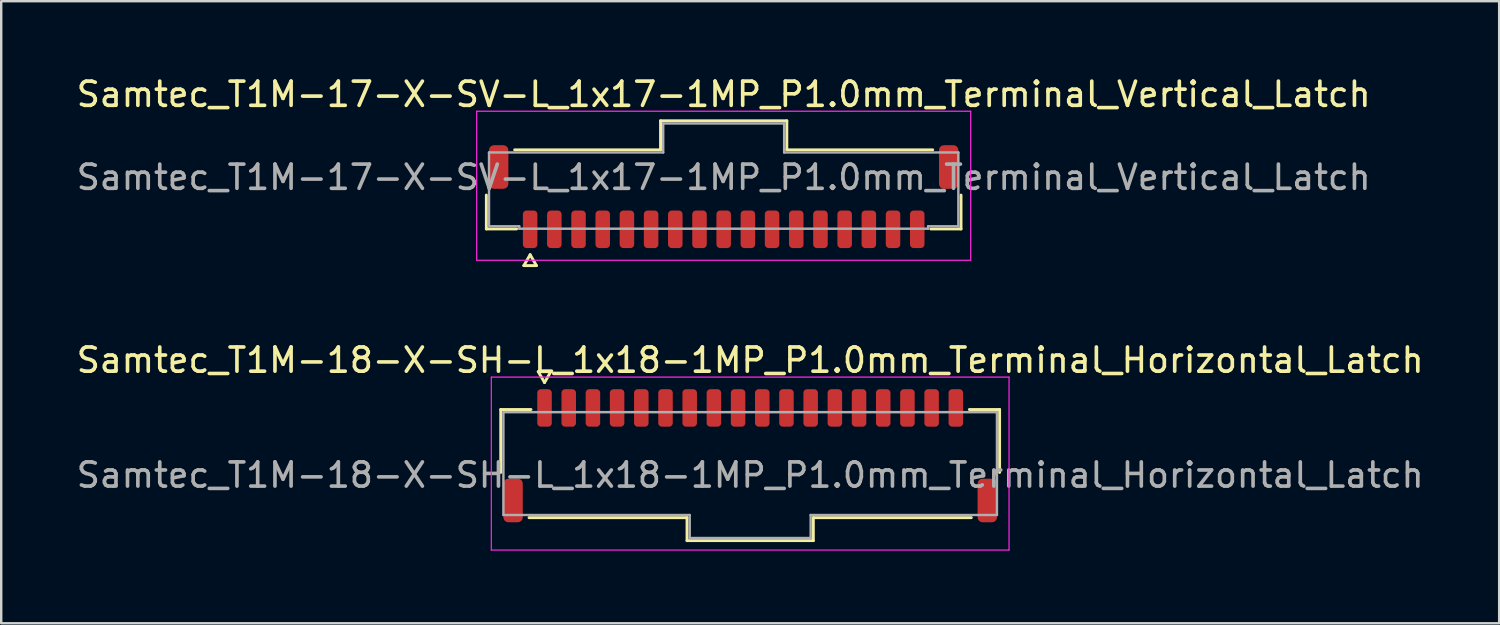
<source format=kicad_pcb>
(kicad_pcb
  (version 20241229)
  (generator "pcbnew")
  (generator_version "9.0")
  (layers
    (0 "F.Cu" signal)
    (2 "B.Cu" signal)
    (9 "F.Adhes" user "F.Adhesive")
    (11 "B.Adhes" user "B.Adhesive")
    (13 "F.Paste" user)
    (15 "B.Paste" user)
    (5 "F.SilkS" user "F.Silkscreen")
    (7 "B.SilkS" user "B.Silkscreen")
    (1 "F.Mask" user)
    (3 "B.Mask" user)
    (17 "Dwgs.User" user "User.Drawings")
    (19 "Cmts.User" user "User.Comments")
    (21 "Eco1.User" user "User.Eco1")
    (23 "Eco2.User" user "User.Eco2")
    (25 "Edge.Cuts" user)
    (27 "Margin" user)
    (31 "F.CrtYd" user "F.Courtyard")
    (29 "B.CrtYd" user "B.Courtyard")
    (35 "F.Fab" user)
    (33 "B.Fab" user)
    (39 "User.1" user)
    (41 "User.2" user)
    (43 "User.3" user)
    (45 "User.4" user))
  (footprint "Samtec_T1M-18-X-SH-L_1x18-1MP_P1.0mm_Terminal_Horizontal_Latch"
    (layer "F.Cu")
    (at 27.958 16.587)
    (property "Reference" "Samtec_T1M-18-X-SH-L_1x18-1MP_P1.0mm_Terminal_Horizontal_Latch" (at 0 -4.75 0) (layer "F.SilkS") (effects (font (size 1 1) (thickness 0.15))))
    (attr smd)
    (fp_line (start -10.31 -2.71) (end -9.06 -2.71) (stroke (width 0.12) (type solid)) (layer "F.SilkS"))
    (fp_line (start -10.31 -0.11) (end -10.31 -2.71) (stroke (width 0.12) (type solid)) (layer "F.SilkS"))
    (fp_line (start -8.76 -4.275) (end -8.5 -3.825) (stroke (width 0.12) (type solid)) (layer "F.SilkS"))
    (fp_line (start -8.5 -3.825) (end -8.24 -4.275) (stroke (width 0.12) (type solid)) (layer "F.SilkS"))
    (fp_line (start -8.24 -4.275) (end -8.76 -4.275) (stroke (width 0.12) (type solid)) (layer "F.SilkS"))
    (fp_line (start -2.61 1.76) (end -9.14 1.76) (stroke (width 0.12) (type solid)) (layer "F.SilkS"))
    (fp_line (start -2.61 2.71) (end -2.61 1.76) (stroke (width 0.12) (type solid)) (layer "F.SilkS"))
    (fp_line (start 2.61 1.76) (end 2.61 2.71) (stroke (width 0.12) (type solid)) (layer "F.SilkS"))
    (fp_line (start 2.61 2.71) (end -2.61 2.71) (stroke (width 0.12) (type solid)) (layer "F.SilkS"))
    (fp_line (start 9.06 -2.71) (end 10.31 -2.71) (stroke (width 0.12) (type solid)) (layer "F.SilkS"))
    (fp_line (start 9.14 1.76) (end 2.61 1.76) (stroke (width 0.12) (type solid)) (layer "F.SilkS"))
    (fp_line (start 10.31 -2.71) (end 10.31 -0.11) (stroke (width 0.12) (type solid)) (layer "F.SilkS"))
    (fp_line (start -10.7 -4.05) (end -10.7 3.1) (stroke (width 0.05) (type solid)) (layer "F.CrtYd"))
    (fp_line (start -10.7 3.1) (end 10.7 3.1) (stroke (width 0.05) (type solid)) (layer "F.CrtYd"))
    (fp_line (start 10.7 -4.05) (end -10.7 -4.05) (stroke (width 0.05) (type solid)) (layer "F.CrtYd"))
    (fp_line (start 10.7 3.1) (end 10.7 -4.05) (stroke (width 0.05) (type solid)) (layer "F.CrtYd"))
    (fp_line (start -10.2 -2.6) (end 10.2 -2.6) (stroke (width 0.1) (type solid)) (layer "F.Fab"))
    (fp_line (start -10.2 1.65) (end -10.2 -2.6) (stroke (width 0.1) (type solid)) (layer "F.Fab"))
    (fp_line (start -2.5 1.65) (end -10.2 1.65) (stroke (width 0.1) (type solid)) (layer "F.Fab"))
    (fp_line (start -2.5 2.6) (end -2.5 1.65) (stroke (width 0.1) (type solid)) (layer "F.Fab"))
    (fp_line (start 2.5 1.65) (end 2.5 2.6) (stroke (width 0.1) (type solid)) (layer "F.Fab"))
    (fp_line (start 2.5 2.6) (end -2.5 2.6) (stroke (width 0.1) (type solid)) (layer "F.Fab"))
    (fp_line (start 10.2 -2.6) (end 10.2 1.65) (stroke (width 0.1) (type solid)) (layer "F.Fab"))
    (fp_line (start 10.2 1.65) (end 2.5 1.65) (stroke (width 0.1) (type solid)) (layer "F.Fab"))
    (fp_text user "${REFERENCE}" (at 0 0 0) (layer "F.Fab") (effects (font (size 1 1) (thickness 0.15))))
    (pad "1" smd roundrect (at -8.5 -2.775) (size 0.6 1.55) (layers "F.Cu" "F.Mask" "F.Paste") (roundrect_rratio 0.25))
    (pad "2" smd roundrect (at -7.5 -2.775) (size 0.6 1.55) (layers "F.Cu" "F.Mask" "F.Paste") (roundrect_rratio 0.25))
    (pad "3" smd roundrect (at -6.5 -2.775) (size 0.6 1.55) (layers "F.Cu" "F.Mask" "F.Paste") (roundrect_rratio 0.25))
    (pad "4" smd roundrect (at -5.5 -2.775) (size 0.6 1.55) (layers "F.Cu" "F.Mask" "F.Paste") (roundrect_rratio 0.25))
    (pad "5" smd roundrect (at -4.5 -2.775) (size 0.6 1.55) (layers "F.Cu" "F.Mask" "F.Paste") (roundrect_rratio 0.25))
    (pad "6" smd roundrect (at -3.5 -2.775) (size 0.6 1.55) (layers "F.Cu" "F.Mask" "F.Paste") (roundrect_rratio 0.25))
    (pad "7" smd roundrect (at -2.5 -2.775) (size 0.6 1.55) (layers "F.Cu" "F.Mask" "F.Paste") (roundrect_rratio 0.25))
    (pad "8" smd roundrect (at -1.5 -2.775) (size 0.6 1.55) (layers "F.Cu" "F.Mask" "F.Paste") (roundrect_rratio 0.25))
    (pad "9" smd roundrect (at -0.5 -2.775) (size 0.6 1.55) (layers "F.Cu" "F.Mask" "F.Paste") (roundrect_rratio 0.25))
    (pad "10" smd roundrect (at 0.5 -2.775) (size 0.6 1.55) (layers "F.Cu" "F.Mask" "F.Paste") (roundrect_rratio 0.25))
    (pad "11" smd roundrect (at 1.5 -2.775) (size 0.6 1.55) (layers "F.Cu" "F.Mask" "F.Paste") (roundrect_rratio 0.25))
    (pad "12" smd roundrect (at 2.5 -2.775) (size 0.6 1.55) (layers "F.Cu" "F.Mask" "F.Paste") (roundrect_rratio 0.25))
    (pad "13" smd roundrect (at 3.5 -2.775) (size 0.6 1.55) (layers "F.Cu" "F.Mask" "F.Paste") (roundrect_rratio 0.25))
    (pad "14" smd roundrect (at 4.5 -2.775) (size 0.6 1.55) (layers "F.Cu" "F.Mask" "F.Paste") (roundrect_rratio 0.25))
    (pad "15" smd roundrect (at 5.5 -2.775) (size 0.6 1.55) (layers "F.Cu" "F.Mask" "F.Paste") (roundrect_rratio 0.25))
    (pad "16" smd roundrect (at 6.5 -2.775) (size 0.6 1.55) (layers "F.Cu" "F.Mask" "F.Paste") (roundrect_rratio 0.25))
    (pad "17" smd roundrect (at 7.5 -2.775) (size 0.6 1.55) (layers "F.Cu" "F.Mask" "F.Paste") (roundrect_rratio 0.25))
    (pad "18" smd roundrect (at 8.5 -2.775) (size 0.6 1.55) (layers "F.Cu" "F.Mask" "F.Paste") (roundrect_rratio 0.25))
    (pad "MP" smd roundrect (at -9.8 1.05) (size 0.8 1.8) (layers "F.Cu" "F.Mask" "F.Paste") (roundrect_rratio 0.25))
    (pad "MP" smd roundrect (at 9.8 1.05) (size 0.8 1.8) (layers "F.Cu" "F.Mask" "F.Paste") (roundrect_rratio 0.25)))
  (footprint "Samtec_T1M-17-X-SV-L_1x17-1MP_P1.0mm_Terminal_Vertical_Latch"
    (layer "F.Cu")
    (at 26.863 4.278)
    (property "Reference" "Samtec_T1M-17-X-SV-L_1x17-1MP_P1.0mm_Terminal_Vertical_Latch" (at 0 -3.43 0) (layer "F.SilkS") (effects (font (size 1 1) (thickness 0.15))))
    (attr smd)
    (fp_line (start -9.81 2.135) (end -9.81 0.735) (stroke (width 0.12) (type solid)) (layer "F.SilkS"))
    (fp_line (start -8.64 -1.135) (end -2.61 -1.135) (stroke (width 0.12) (type solid)) (layer "F.SilkS"))
    (fp_line (start -8.56 2.135) (end -9.81 2.135) (stroke (width 0.12) (type solid)) (layer "F.SilkS"))
    (fp_line (start -8.26 3.65) (end -8 3.2) (stroke (width 0.12) (type solid)) (layer "F.SilkS"))
    (fp_line (start -8 3.2) (end -7.74 3.65) (stroke (width 0.12) (type solid)) (layer "F.SilkS"))
    (fp_line (start -7.74 3.65) (end -8.26 3.65) (stroke (width 0.12) (type solid)) (layer "F.SilkS"))
    (fp_line (start -2.61 -2.335) (end 2.61 -2.335) (stroke (width 0.12) (type solid)) (layer "F.SilkS"))
    (fp_line (start -2.61 -1.135) (end -2.61 -2.335) (stroke (width 0.12) (type solid)) (layer "F.SilkS"))
    (fp_line (start 2.61 -2.335) (end 2.61 -1.135) (stroke (width 0.12) (type solid)) (layer "F.SilkS"))
    (fp_line (start 2.61 -1.135) (end 8.64 -1.135) (stroke (width 0.12) (type solid)) (layer "F.SilkS"))
    (fp_line (start 9.81 0.735) (end 9.81 2.135) (stroke (width 0.12) (type solid)) (layer "F.SilkS"))
    (fp_line (start 9.81 2.135) (end 8.56 2.135) (stroke (width 0.12) (type solid)) (layer "F.SilkS"))
    (fp_line (start -10.21 -2.73) (end -10.21 3.43) (stroke (width 0.05) (type solid)) (layer "F.CrtYd"))
    (fp_line (start -10.21 3.43) (end 10.21 3.43) (stroke (width 0.05) (type solid)) (layer "F.CrtYd"))
    (fp_line (start 10.21 -2.73) (end -10.21 -2.73) (stroke (width 0.05) (type solid)) (layer "F.CrtYd"))
    (fp_line (start 10.21 3.43) (end 10.21 -2.73) (stroke (width 0.05) (type solid)) (layer "F.CrtYd"))
    (fp_line (start -9.7 -1.025) (end -2.5 -1.025) (stroke (width 0.1) (type solid)) (layer "F.Fab"))
    (fp_line (start -9.7 2.025) (end -9.7 -1.025) (stroke (width 0.1) (type solid)) (layer "F.Fab"))
    (fp_line (start -8.45 2.025) (end -9.7 2.025) (stroke (width 0.1) (type solid)) (layer "F.Fab"))
    (fp_line (start -8.45 2.125) (end -8.45 2.025) (stroke (width 0.1) (type solid)) (layer "F.Fab"))
    (fp_line (start -2.5 -2.225) (end 2.5 -2.225) (stroke (width 0.1) (type solid)) (layer "F.Fab"))
    (fp_line (start -2.5 -1.025) (end -2.5 -2.225) (stroke (width 0.1) (type solid)) (layer "F.Fab"))
    (fp_line (start 2.5 -2.225) (end 2.5 -1.025) (stroke (width 0.1) (type solid)) (layer "F.Fab"))
    (fp_line (start 2.5 -1.025) (end 9.7 -1.025) (stroke (width 0.1) (type solid)) (layer "F.Fab"))
    (fp_line (start 8.45 2.025) (end 8.45 2.125) (stroke (width 0.1) (type solid)) (layer "F.Fab"))
    (fp_line (start 8.45 2.125) (end -8.45 2.125) (stroke (width 0.1) (type solid)) (layer "F.Fab"))
    (fp_line (start 9.7 -1.025) (end 9.7 2.025) (stroke (width 0.1) (type solid)) (layer "F.Fab"))
    (fp_line (start 9.7 2.025) (end 8.45 2.025) (stroke (width 0.1) (type solid)) (layer "F.Fab"))
    (fp_text user "${REFERENCE}" (at 0 0 0) (layer "F.Fab") (effects (font (size 1 1) (thickness 0.15))))
    (pad "1" smd roundrect (at -8 2.15) (size 0.6 1.55) (layers "F.Cu" "F.Mask" "F.Paste") (roundrect_rratio 0.25))
    (pad "2" smd roundrect (at -7 2.15) (size 0.6 1.55) (layers "F.Cu" "F.Mask" "F.Paste") (roundrect_rratio 0.25))
    (pad "3" smd roundrect (at -6 2.15) (size 0.6 1.55) (layers "F.Cu" "F.Mask" "F.Paste") (roundrect_rratio 0.25))
    (pad "4" smd roundrect (at -5 2.15) (size 0.6 1.55) (layers "F.Cu" "F.Mask" "F.Paste") (roundrect_rratio 0.25))
    (pad "5" smd roundrect (at -4 2.15) (size 0.6 1.55) (layers "F.Cu" "F.Mask" "F.Paste") (roundrect_rratio 0.25))
    (pad "6" smd roundrect (at -3 2.15) (size 0.6 1.55) (layers "F.Cu" "F.Mask" "F.Paste") (roundrect_rratio 0.25))
    (pad "7" smd roundrect (at -2 2.15) (size 0.6 1.55) (layers "F.Cu" "F.Mask" "F.Paste") (roundrect_rratio 0.25))
    (pad "8" smd roundrect (at -1 2.15) (size 0.6 1.55) (layers "F.Cu" "F.Mask" "F.Paste") (roundrect_rratio 0.25))
    (pad "9" smd roundrect (at 0 2.15) (size 0.6 1.55) (layers "F.Cu" "F.Mask" "F.Paste") (roundrect_rratio 0.25))
    (pad "10" smd roundrect (at 1 2.15) (size 0.6 1.55) (layers "F.Cu" "F.Mask" "F.Paste") (roundrect_rratio 0.25))
    (pad "11" smd roundrect (at 2 2.15) (size 0.6 1.55) (layers "F.Cu" "F.Mask" "F.Paste") (roundrect_rratio 0.25))
    (pad "12" smd roundrect (at 3 2.15) (size 0.6 1.55) (layers "F.Cu" "F.Mask" "F.Paste") (roundrect_rratio 0.25))
    (pad "13" smd roundrect (at 4 2.15) (size 0.6 1.55) (layers "F.Cu" "F.Mask" "F.Paste") (roundrect_rratio 0.25))
    (pad "14" smd roundrect (at 5 2.15) (size 0.6 1.55) (layers "F.Cu" "F.Mask" "F.Paste") (roundrect_rratio 0.25))
    (pad "15" smd roundrect (at 6 2.15) (size 0.6 1.55) (layers "F.Cu" "F.Mask" "F.Paste") (roundrect_rratio 0.25))
    (pad "16" smd roundrect (at 7 2.15) (size 0.6 1.55) (layers "F.Cu" "F.Mask" "F.Paste") (roundrect_rratio 0.25))
    (pad "17" smd roundrect (at 8 2.15) (size 0.6 1.55) (layers "F.Cu" "F.Mask" "F.Paste") (roundrect_rratio 0.25))
    (pad "MP" smd roundrect (at -9.3 -0.425) (size 0.8 1.8) (layers "F.Cu" "F.Mask" "F.Paste") (roundrect_rratio 0.25))
    (pad "MP" smd roundrect (at 9.3 -0.425) (size 0.8 1.8) (layers "F.Cu" "F.Mask" "F.Paste") (roundrect_rratio 0.25)))
  (gr_rect
    (start -3 -3)
    (end 58.917 22.712)
    (stroke (width 0.1) (type default))
    (fill no)
    (layer "Edge.Cuts")))
</source>
